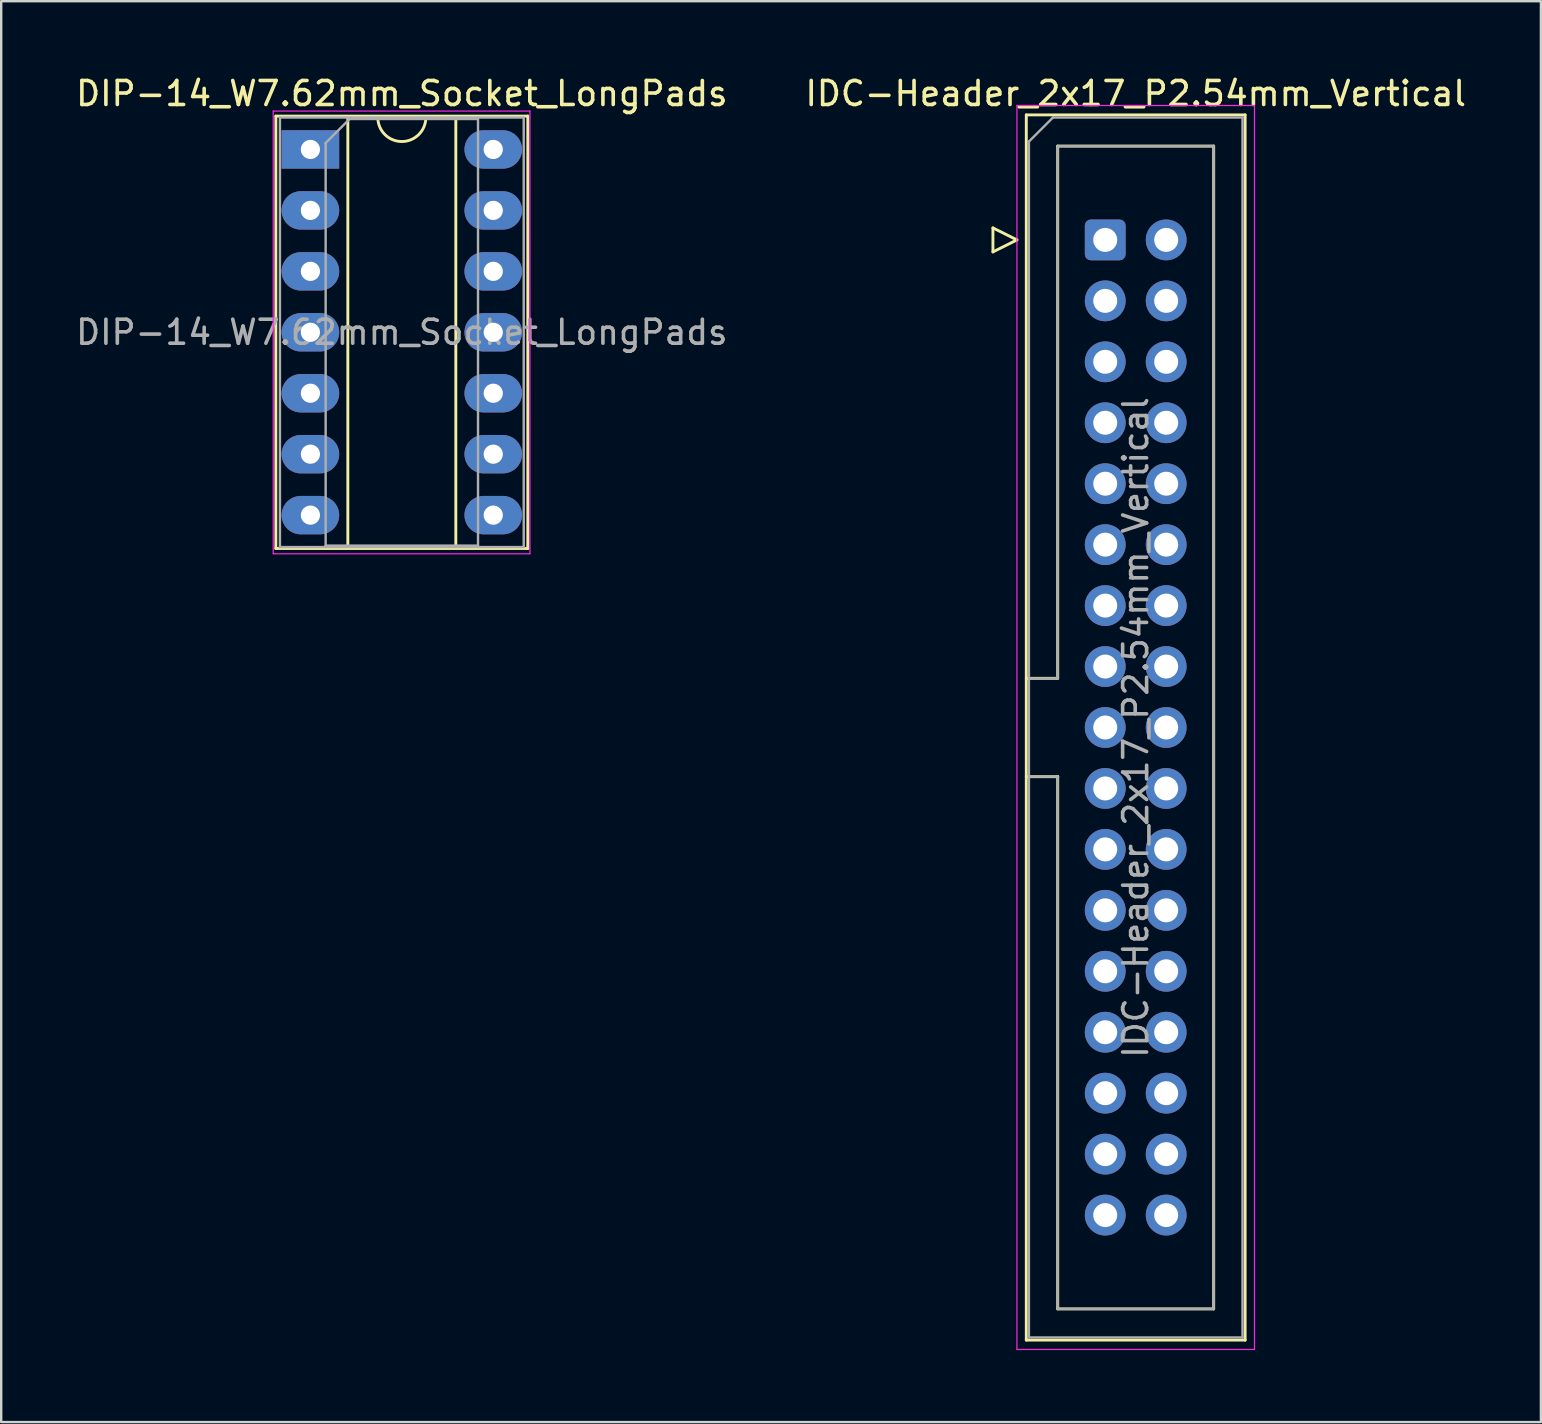
<source format=kicad_pcb>
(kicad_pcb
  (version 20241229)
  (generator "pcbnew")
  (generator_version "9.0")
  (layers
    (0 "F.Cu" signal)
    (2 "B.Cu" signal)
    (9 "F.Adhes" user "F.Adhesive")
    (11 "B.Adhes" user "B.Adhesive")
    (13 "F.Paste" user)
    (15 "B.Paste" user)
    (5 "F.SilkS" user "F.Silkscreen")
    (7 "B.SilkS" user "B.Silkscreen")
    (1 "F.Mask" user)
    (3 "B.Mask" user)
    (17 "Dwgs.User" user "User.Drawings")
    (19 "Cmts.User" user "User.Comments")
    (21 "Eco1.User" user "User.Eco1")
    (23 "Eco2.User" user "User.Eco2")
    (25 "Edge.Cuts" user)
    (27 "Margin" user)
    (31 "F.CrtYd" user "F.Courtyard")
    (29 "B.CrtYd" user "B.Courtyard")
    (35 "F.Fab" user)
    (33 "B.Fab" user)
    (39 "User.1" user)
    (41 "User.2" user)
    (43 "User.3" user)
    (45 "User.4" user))
  (footprint "DIP-14_W7.62mm_Socket_LongPads"
    (layer "F.Cu")
    (at 9.886 3.178)
    (property "Reference" "DIP-14_W7.62mm_Socket_LongPads" (at 3.81 -2.33 180) (layer "F.SilkS") (effects (font (size 1 1) (thickness 0.15))))
    (attr through_hole)
    (fp_line (start -1.44 -1.39) (end -1.44 16.63) (stroke (width 0.12) (type solid)) (layer "F.SilkS"))
    (fp_line (start -1.44 16.63) (end 9.06 16.63) (stroke (width 0.12) (type solid)) (layer "F.SilkS"))
    (fp_line (start 1.56 -1.33) (end 1.56 16.57) (stroke (width 0.12) (type solid)) (layer "F.SilkS"))
    (fp_line (start 1.56 16.57) (end 6.06 16.57) (stroke (width 0.12) (type solid)) (layer "F.SilkS"))
    (fp_line (start 2.81 -1.33) (end 1.56 -1.33) (stroke (width 0.12) (type solid)) (layer "F.SilkS"))
    (fp_line (start 6.06 -1.33) (end 4.81 -1.33) (stroke (width 0.12) (type solid)) (layer "F.SilkS"))
    (fp_line (start 6.06 16.57) (end 6.06 -1.33) (stroke (width 0.12) (type solid)) (layer "F.SilkS"))
    (fp_line (start 9.06 -1.39) (end -1.44 -1.39) (stroke (width 0.12) (type solid)) (layer "F.SilkS"))
    (fp_line (start 9.06 16.63) (end 9.06 -1.39) (stroke (width 0.12) (type solid)) (layer "F.SilkS"))
    (fp_arc (start 4.81 -1.33) (mid 3.81 -0.33) (end 2.81 -1.33) (stroke (width 0.12) (type solid)) (layer "F.SilkS"))
    (fp_line (start -1.55 -1.6) (end -1.55 16.85) (stroke (width 0.05) (type solid)) (layer "F.CrtYd"))
    (fp_line (start -1.55 16.85) (end 9.15 16.85) (stroke (width 0.05) (type solid)) (layer "F.CrtYd"))
    (fp_line (start 9.15 -1.6) (end -1.55 -1.6) (stroke (width 0.05) (type solid)) (layer "F.CrtYd"))
    (fp_line (start 9.15 16.85) (end 9.15 -1.6) (stroke (width 0.05) (type solid)) (layer "F.CrtYd"))
    (fp_line (start -1.27 -1.33) (end -1.27 16.57) (stroke (width 0.1) (type solid)) (layer "F.Fab"))
    (fp_line (start -1.27 16.57) (end 8.89 16.57) (stroke (width 0.1) (type solid)) (layer "F.Fab"))
    (fp_line (start 0.635 -0.27) (end 1.635 -1.27) (stroke (width 0.1) (type solid)) (layer "F.Fab"))
    (fp_line (start 0.635 16.51) (end 0.635 -0.27) (stroke (width 0.1) (type solid)) (layer "F.Fab"))
    (fp_line (start 1.635 -1.27) (end 6.985 -1.27) (stroke (width 0.1) (type solid)) (layer "F.Fab"))
    (fp_line (start 6.985 -1.27) (end 6.985 16.51) (stroke (width 0.1) (type solid)) (layer "F.Fab"))
    (fp_line (start 6.985 16.51) (end 0.635 16.51) (stroke (width 0.1) (type solid)) (layer "F.Fab"))
    (fp_line (start 8.89 -1.33) (end -1.27 -1.33) (stroke (width 0.1) (type solid)) (layer "F.Fab"))
    (fp_line (start 8.89 16.57) (end 8.89 -1.33) (stroke (width 0.1) (type solid)) (layer "F.Fab"))
    (fp_text user "${REFERENCE}" (at 3.81 7.62 180) (layer "F.Fab") (effects (font (size 1 1) (thickness 0.15))))
    (pad "1" thru_hole rect (at 0 0) (size 2.4 1.6) (drill 0.8) (layers "*.Cu" "*.Mask"))
    (pad "2" thru_hole oval (at 0 2.54) (size 2.4 1.6) (drill 0.8) (layers "*.Cu" "*.Mask"))
    (pad "3" thru_hole oval (at 0 5.08) (size 2.4 1.6) (drill 0.8) (layers "*.Cu" "*.Mask"))
    (pad "4" thru_hole oval (at 0 7.62) (size 2.4 1.6) (drill 0.8) (layers "*.Cu" "*.Mask"))
    (pad "5" thru_hole oval (at 0 10.16) (size 2.4 1.6) (drill 0.8) (layers "*.Cu" "*.Mask"))
    (pad "6" thru_hole oval (at 0 12.7) (size 2.4 1.6) (drill 0.8) (layers "*.Cu" "*.Mask"))
    (pad "7" thru_hole oval (at 0 15.24) (size 2.4 1.6) (drill 0.8) (layers "*.Cu" "*.Mask"))
    (pad "8" thru_hole oval (at 7.62 15.24) (size 2.4 1.6) (drill 0.8) (layers "*.Cu" "*.Mask"))
    (pad "9" thru_hole oval (at 7.62 12.7) (size 2.4 1.6) (drill 0.8) (layers "*.Cu" "*.Mask"))
    (pad "10" thru_hole oval (at 7.62 10.16) (size 2.4 1.6) (drill 0.8) (layers "*.Cu" "*.Mask"))
    (pad "11" thru_hole oval (at 7.62 7.62) (size 2.4 1.6) (drill 0.8) (layers "*.Cu" "*.Mask"))
    (pad "12" thru_hole oval (at 7.62 5.08) (size 2.4 1.6) (drill 0.8) (layers "*.Cu" "*.Mask"))
    (pad "13" thru_hole oval (at 7.62 2.54) (size 2.4 1.6) (drill 0.8) (layers "*.Cu" "*.Mask"))
    (pad "14" thru_hole oval (at 7.62 0) (size 2.4 1.6) (drill 0.8) (layers "*.Cu" "*.Mask")))
  (footprint "IDC-Header_2x17_P2.54mm_Vertical"
    (layer "F.Cu")
    (at 43.01 6.948)
    (property "Reference" "IDC-Header_2x17_P2.54mm_Vertical" (at 1.27 -6.1 180) (layer "F.SilkS") (effects (font (size 1 1) (thickness 0.15))))
    (attr through_hole)
    (fp_line (start -4.68 -0.5) (end -4.68 0.5) (stroke (width 0.12) (type solid)) (layer "F.SilkS"))
    (fp_line (start -4.68 0.5) (end -3.68 0) (stroke (width 0.12) (type solid)) (layer "F.SilkS"))
    (fp_line (start -3.68 0) (end -4.68 -0.5) (stroke (width 0.12) (type solid)) (layer "F.SilkS"))
    (fp_line (start -3.29 -5.21) (end 5.83 -5.21) (stroke (width 0.12) (type solid)) (layer "F.SilkS"))
    (fp_line (start -3.29 18.27) (end -1.98 18.27) (stroke (width 0.12) (type solid)) (layer "F.SilkS"))
    (fp_line (start -3.29 45.85) (end -3.29 -5.21) (stroke (width 0.12) (type solid)) (layer "F.SilkS"))
    (fp_line (start -1.98 -3.91) (end 4.52 -3.91) (stroke (width 0.12) (type solid)) (layer "F.SilkS"))
    (fp_line (start -1.98 18.27) (end -1.98 -3.91) (stroke (width 0.12) (type solid)) (layer "F.SilkS"))
    (fp_line (start -1.98 22.37) (end -3.29 22.37) (stroke (width 0.12) (type solid)) (layer "F.SilkS"))
    (fp_line (start -1.98 22.37) (end -1.98 22.37) (stroke (width 0.12) (type solid)) (layer "F.SilkS"))
    (fp_line (start -1.98 44.55) (end -1.98 22.37) (stroke (width 0.12) (type solid)) (layer "F.SilkS"))
    (fp_line (start 4.52 -3.91) (end 4.52 44.55) (stroke (width 0.12) (type solid)) (layer "F.SilkS"))
    (fp_line (start 4.52 44.55) (end -1.98 44.55) (stroke (width 0.12) (type solid)) (layer "F.SilkS"))
    (fp_line (start 5.83 -5.21) (end 5.83 45.85) (stroke (width 0.12) (type solid)) (layer "F.SilkS"))
    (fp_line (start 5.83 45.85) (end -3.29 45.85) (stroke (width 0.12) (type solid)) (layer "F.SilkS"))
    (fp_line (start -3.68 -5.6) (end -3.68 46.24) (stroke (width 0.05) (type solid)) (layer "F.CrtYd"))
    (fp_line (start -3.68 46.24) (end 6.22 46.24) (stroke (width 0.05) (type solid)) (layer "F.CrtYd"))
    (fp_line (start 6.22 -5.6) (end -3.68 -5.6) (stroke (width 0.05) (type solid)) (layer "F.CrtYd"))
    (fp_line (start 6.22 46.24) (end 6.22 -5.6) (stroke (width 0.05) (type solid)) (layer "F.CrtYd"))
    (fp_line (start -3.18 -4.1) (end -2.18 -5.1) (stroke (width 0.1) (type solid)) (layer "F.Fab"))
    (fp_line (start -3.18 18.27) (end -1.98 18.27) (stroke (width 0.1) (type solid)) (layer "F.Fab"))
    (fp_line (start -3.18 45.74) (end -3.18 -4.1) (stroke (width 0.1) (type solid)) (layer "F.Fab"))
    (fp_line (start -2.18 -5.1) (end 5.72 -5.1) (stroke (width 0.1) (type solid)) (layer "F.Fab"))
    (fp_line (start -1.98 -3.91) (end 4.52 -3.91) (stroke (width 0.1) (type solid)) (layer "F.Fab"))
    (fp_line (start -1.98 18.27) (end -1.98 -3.91) (stroke (width 0.1) (type solid)) (layer "F.Fab"))
    (fp_line (start -1.98 22.37) (end -3.18 22.37) (stroke (width 0.1) (type solid)) (layer "F.Fab"))
    (fp_line (start -1.98 22.37) (end -1.98 22.37) (stroke (width 0.1) (type solid)) (layer "F.Fab"))
    (fp_line (start -1.98 44.55) (end -1.98 22.37) (stroke (width 0.1) (type solid)) (layer "F.Fab"))
    (fp_line (start 4.52 -3.91) (end 4.52 44.55) (stroke (width 0.1) (type solid)) (layer "F.Fab"))
    (fp_line (start 4.52 44.55) (end -1.98 44.55) (stroke (width 0.1) (type solid)) (layer "F.Fab"))
    (fp_line (start 5.72 -5.1) (end 5.72 45.74) (stroke (width 0.1) (type solid)) (layer "F.Fab"))
    (fp_line (start 5.72 45.74) (end -3.18 45.74) (stroke (width 0.1) (type solid)) (layer "F.Fab"))
    (fp_text user "${REFERENCE}" (at 1.27 20.32 270) (layer "F.Fab") (effects (font (size 1 1) (thickness 0.15))))
    (pad "1" thru_hole roundrect (at 0 0) (size 1.7 1.7) (drill 1) (layers "*.Cu" "*.Mask") (roundrect_rratio 0.147))
    (pad "2" thru_hole circle (at 2.54 0) (size 1.7 1.7) (drill 1) (layers "*.Cu" "*.Mask"))
    (pad "3" thru_hole circle (at 0 2.54) (size 1.7 1.7) (drill 1) (layers "*.Cu" "*.Mask"))
    (pad "4" thru_hole circle (at 2.54 2.54) (size 1.7 1.7) (drill 1) (layers "*.Cu" "*.Mask"))
    (pad "5" thru_hole circle (at 0 5.08) (size 1.7 1.7) (drill 1) (layers "*.Cu" "*.Mask"))
    (pad "6" thru_hole circle (at 2.54 5.08) (size 1.7 1.7) (drill 1) (layers "*.Cu" "*.Mask"))
    (pad "7" thru_hole circle (at 0 7.62) (size 1.7 1.7) (drill 1) (layers "*.Cu" "*.Mask"))
    (pad "8" thru_hole circle (at 2.54 7.62) (size 1.7 1.7) (drill 1) (layers "*.Cu" "*.Mask"))
    (pad "9" thru_hole circle (at 0 10.16) (size 1.7 1.7) (drill 1) (layers "*.Cu" "*.Mask"))
    (pad "10" thru_hole circle (at 2.54 10.16) (size 1.7 1.7) (drill 1) (layers "*.Cu" "*.Mask"))
    (pad "11" thru_hole circle (at 0 12.7) (size 1.7 1.7) (drill 1) (layers "*.Cu" "*.Mask"))
    (pad "12" thru_hole circle (at 2.54 12.7) (size 1.7 1.7) (drill 1) (layers "*.Cu" "*.Mask"))
    (pad "13" thru_hole circle (at 0 15.24) (size 1.7 1.7) (drill 1) (layers "*.Cu" "*.Mask"))
    (pad "14" thru_hole circle (at 2.54 15.24) (size 1.7 1.7) (drill 1) (layers "*.Cu" "*.Mask"))
    (pad "15" thru_hole circle (at 0 17.78) (size 1.7 1.7) (drill 1) (layers "*.Cu" "*.Mask"))
    (pad "16" thru_hole circle (at 2.54 17.78) (size 1.7 1.7) (drill 1) (layers "*.Cu" "*.Mask"))
    (pad "17" thru_hole circle (at 0 20.32) (size 1.7 1.7) (drill 1) (layers "*.Cu" "*.Mask"))
    (pad "18" thru_hole circle (at 2.54 20.32) (size 1.7 1.7) (drill 1) (layers "*.Cu" "*.Mask"))
    (pad "19" thru_hole circle (at 0 22.86) (size 1.7 1.7) (drill 1) (layers "*.Cu" "*.Mask"))
    (pad "20" thru_hole circle (at 2.54 22.86) (size 1.7 1.7) (drill 1) (layers "*.Cu" "*.Mask"))
    (pad "21" thru_hole circle (at 0 25.4) (size 1.7 1.7) (drill 1) (layers "*.Cu" "*.Mask"))
    (pad "22" thru_hole circle (at 2.54 25.4) (size 1.7 1.7) (drill 1) (layers "*.Cu" "*.Mask"))
    (pad "23" thru_hole circle (at 0 27.94) (size 1.7 1.7) (drill 1) (layers "*.Cu" "*.Mask"))
    (pad "24" thru_hole circle (at 2.54 27.94) (size 1.7 1.7) (drill 1) (layers "*.Cu" "*.Mask"))
    (pad "25" thru_hole circle (at 0 30.48) (size 1.7 1.7) (drill 1) (layers "*.Cu" "*.Mask"))
    (pad "26" thru_hole circle (at 2.54 30.48) (size 1.7 1.7) (drill 1) (layers "*.Cu" "*.Mask"))
    (pad "27" thru_hole circle (at 0 33.02) (size 1.7 1.7) (drill 1) (layers "*.Cu" "*.Mask"))
    (pad "28" thru_hole circle (at 2.54 33.02) (size 1.7 1.7) (drill 1) (layers "*.Cu" "*.Mask"))
    (pad "29" thru_hole circle (at 0 35.56) (size 1.7 1.7) (drill 1) (layers "*.Cu" "*.Mask"))
    (pad "30" thru_hole circle (at 2.54 35.56) (size 1.7 1.7) (drill 1) (layers "*.Cu" "*.Mask"))
    (pad "31" thru_hole circle (at 0 38.1) (size 1.7 1.7) (drill 1) (layers "*.Cu" "*.Mask"))
    (pad "32" thru_hole circle (at 2.54 38.1) (size 1.7 1.7) (drill 1) (layers "*.Cu" "*.Mask"))
    (pad "33" thru_hole circle (at 0 40.64) (size 1.7 1.7) (drill 1) (layers "*.Cu" "*.Mask"))
    (pad "34" thru_hole circle (at 2.54 40.64) (size 1.7 1.7) (drill 1) (layers "*.Cu" "*.Mask")))
  (gr_rect
    (start -3 -3)
    (end 61.167 56.213)
    (stroke (width 0.1) (type default))
    (fill no)
    (layer "Edge.Cuts")))
</source>
